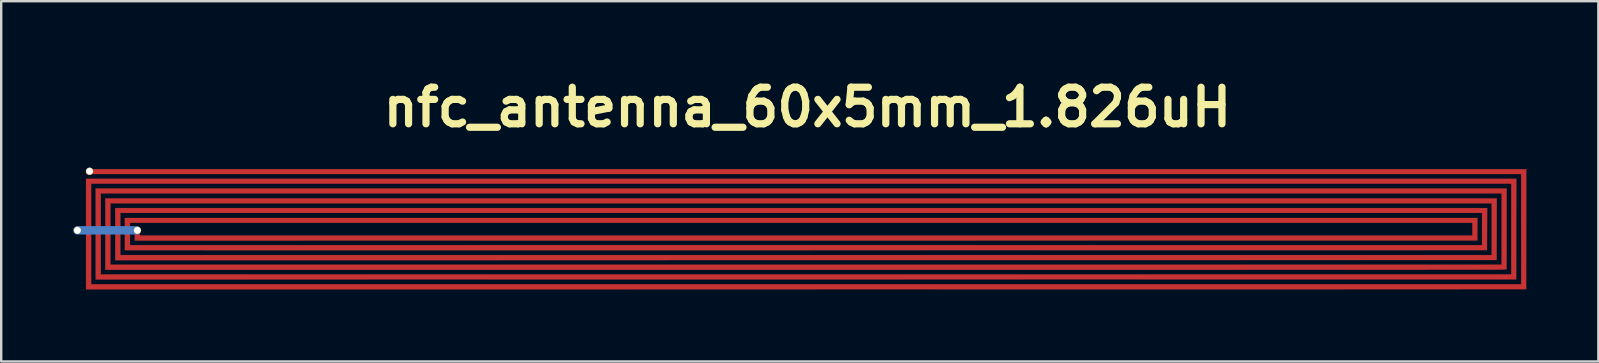
<source format=kicad_pcb>
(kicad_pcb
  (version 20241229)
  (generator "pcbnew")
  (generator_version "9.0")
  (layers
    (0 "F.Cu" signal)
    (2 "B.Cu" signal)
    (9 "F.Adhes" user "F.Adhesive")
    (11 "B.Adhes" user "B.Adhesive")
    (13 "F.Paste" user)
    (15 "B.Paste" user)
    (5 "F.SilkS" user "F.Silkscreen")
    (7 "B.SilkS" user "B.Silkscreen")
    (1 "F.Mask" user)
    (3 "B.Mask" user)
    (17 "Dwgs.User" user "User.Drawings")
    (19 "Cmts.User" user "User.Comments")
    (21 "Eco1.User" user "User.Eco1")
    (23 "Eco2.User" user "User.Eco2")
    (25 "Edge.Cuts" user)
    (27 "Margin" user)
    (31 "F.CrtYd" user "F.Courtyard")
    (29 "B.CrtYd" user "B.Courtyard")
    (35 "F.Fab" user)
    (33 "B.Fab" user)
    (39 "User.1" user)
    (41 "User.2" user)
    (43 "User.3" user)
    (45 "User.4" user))
  (footprint "nfc_antenna_60x5mm_1.826uH"
    (layer "F.Cu")
    (at 30.528 6.498)
    (property "Reference" "nfc_antenna_60x5mm_1.826uH" (at 0.064 -5.08 0) (layer "F.SilkS") (effects (font (size 1.524 1.524) (thickness 0.3))))
    (attr through_hole)
    (fp_poly (pts (xy 30.012 0.003) (xy 30.009 2.503) (xy 0.008 2.506) (xy -29.993 2.508) (xy -29.993 -2.095) (xy 29.602 -2.095) (xy 29.596 2.09) (xy -29.591 2.096) (xy -29.591 -1.693) (xy 29.199 -1.693) (xy 29.199 -0.015) (xy 29.199 0.209) (xy 29.199 0.412) (xy 29.199 0.597) (xy 29.199 0.762) (xy 29.199 0.911) (xy 29.198 1.043) (xy 29.198 1.159) (xy 29.197 1.261) (xy 29.197 1.349) (xy 29.196 1.424) (xy 29.195 1.488) (xy 29.194 1.54) (xy 29.193 1.582) (xy 29.192 1.616) (xy 29.19 1.641) (xy 29.189 1.659) (xy 29.187 1.671) (xy 29.185 1.677) (xy 29.184 1.678) (xy 29.182 1.679) (xy 29.175 1.679) (xy 29.164 1.68) (xy 29.149 1.68) (xy 29.129 1.681) (xy 29.104 1.681) (xy 29.074 1.681) (xy 29.038 1.682) (xy 28.997 1.682) (xy 28.949 1.683) (xy 28.896 1.683) (xy 28.836 1.684) (xy 28.77 1.684) (xy 28.698 1.684) (xy 28.618 1.685) (xy 28.531 1.685) (xy 28.436 1.685) (xy 28.334 1.686) (xy 28.224 1.686) (xy 28.106 1.686) (xy 27.98 1.687) (xy 27.845 1.687) (xy 27.702 1.687) (xy 27.549 1.687) (xy 27.387 1.688) (xy 27.216 1.688) (xy 27.035 1.688) (xy 26.845 1.688) (xy 26.644 1.689) (xy 26.433 1.689) (xy 26.211 1.689) (xy 25.979 1.689) (xy 25.735 1.69) (xy 25.481 1.69) (xy 25.215 1.69) (xy 24.937 1.69) (xy 24.648 1.69) (xy 24.346 1.691) (xy 24.033 1.691) (xy 23.706 1.691) (xy 23.367 1.691) (xy 23.015 1.691) (xy 22.65 1.691) (xy 22.271 1.691) (xy 21.879 1.692) (xy 21.472 1.692) (xy 21.052 1.692) (xy 20.617 1.692) (xy 20.168 1.692) (xy 19.704 1.692) (xy 19.225 1.692) (xy 18.731 1.692) (xy 18.222 1.692) (xy 17.697 1.693) (xy 17.156 1.693) (xy 16.598 1.693) (xy 16.025 1.693) (xy 15.435 1.693) (xy 14.828 1.693) (xy 14.205 1.693) (xy 13.564 1.693) (xy 12.905 1.693) (xy 12.229 1.693) (xy 11.536 1.693) (xy 10.824 1.693) (xy 10.093 1.693) (xy 9.345 1.693) (xy 8.577 1.693) (xy 7.791 1.693) (xy 6.985 1.693) (xy 6.16 1.693) (xy 5.315 1.693) (xy 4.45 1.693) (xy 3.565 1.693) (xy 2.66 1.693) (xy 1.735 1.693) (xy 0.788 1.693) (xy -0.01 1.693) (xy -29.189 1.693) (xy -29.189 -1.281) (xy 28.787 -1.281) (xy 28.781 1.286) (xy 0.003 1.289) (xy -28.776 1.291) (xy -28.776 -0.878) (xy 28.385 -0.878) (xy 28.379 0.873) (xy 0.003 0.876) (xy -28.374 0.878) (xy -28.374 -0.466) (xy 27.983 -0.466) (xy 27.98 0.003) (xy 27.977 0.471) (xy 0.008 0.474) (xy -27.961 0.476) (xy -27.961 -0.064) (xy -27.75 -0.064) (xy -27.75 0.265) (xy 27.771 0.265) (xy 27.771 -0.265) (xy -28.162 -0.265) (xy -28.162 0.667) (xy 28.173 0.667) (xy 28.173 -0.677) (xy -28.564 -0.677) (xy -28.564 1.079) (xy 28.575 1.079) (xy 28.575 -1.079) (xy -28.977 -1.079) (xy -28.977 1.482) (xy 28.988 1.482) (xy 28.988 -1.492) (xy -29.379 -1.492) (xy -29.379 1.884) (xy 29.39 1.884) (xy 29.39 -1.894) (xy -29.782 -1.894) (xy -29.782 2.297) (xy 29.803 2.297) (xy 29.803 -2.297) (xy -29.993 -2.297) (xy -29.993 -2.498) (xy 30.014 -2.498) (xy 30.012 0.003)) (stroke (width 0.01) (type solid)) (fill yes) (layer "F.Cu"))
    (fp_line (start -27.877 0.05) (end -30.353 0.05) (stroke (width 0.35) (type solid)) (layer "B.Cu"))
    (pad "" thru_hole circle (at -27.855 0.05) (size 0.3 0.3) (drill 0.25) (layers "*.Cu" "*.Mask" "F.SilkS"))
    (pad "1" thru_hole circle (at -30.353 0.05) (size 0.3 0.3) (drill 0.25) (layers "*.Cu" "*.Mask" "F.SilkS"))
    (pad "2" thru_hole circle (at -29.845 -2.413) (size 0.3 0.3) (drill 0.25) (layers "*.Cu" "*.Mask" "F.SilkS")))
  (gr_rect
    (start -3 -3)
    (end 63.547 12.011)
    (stroke (width 0.1) (type default))
    (fill no)
    (layer "Edge.Cuts")))
</source>
